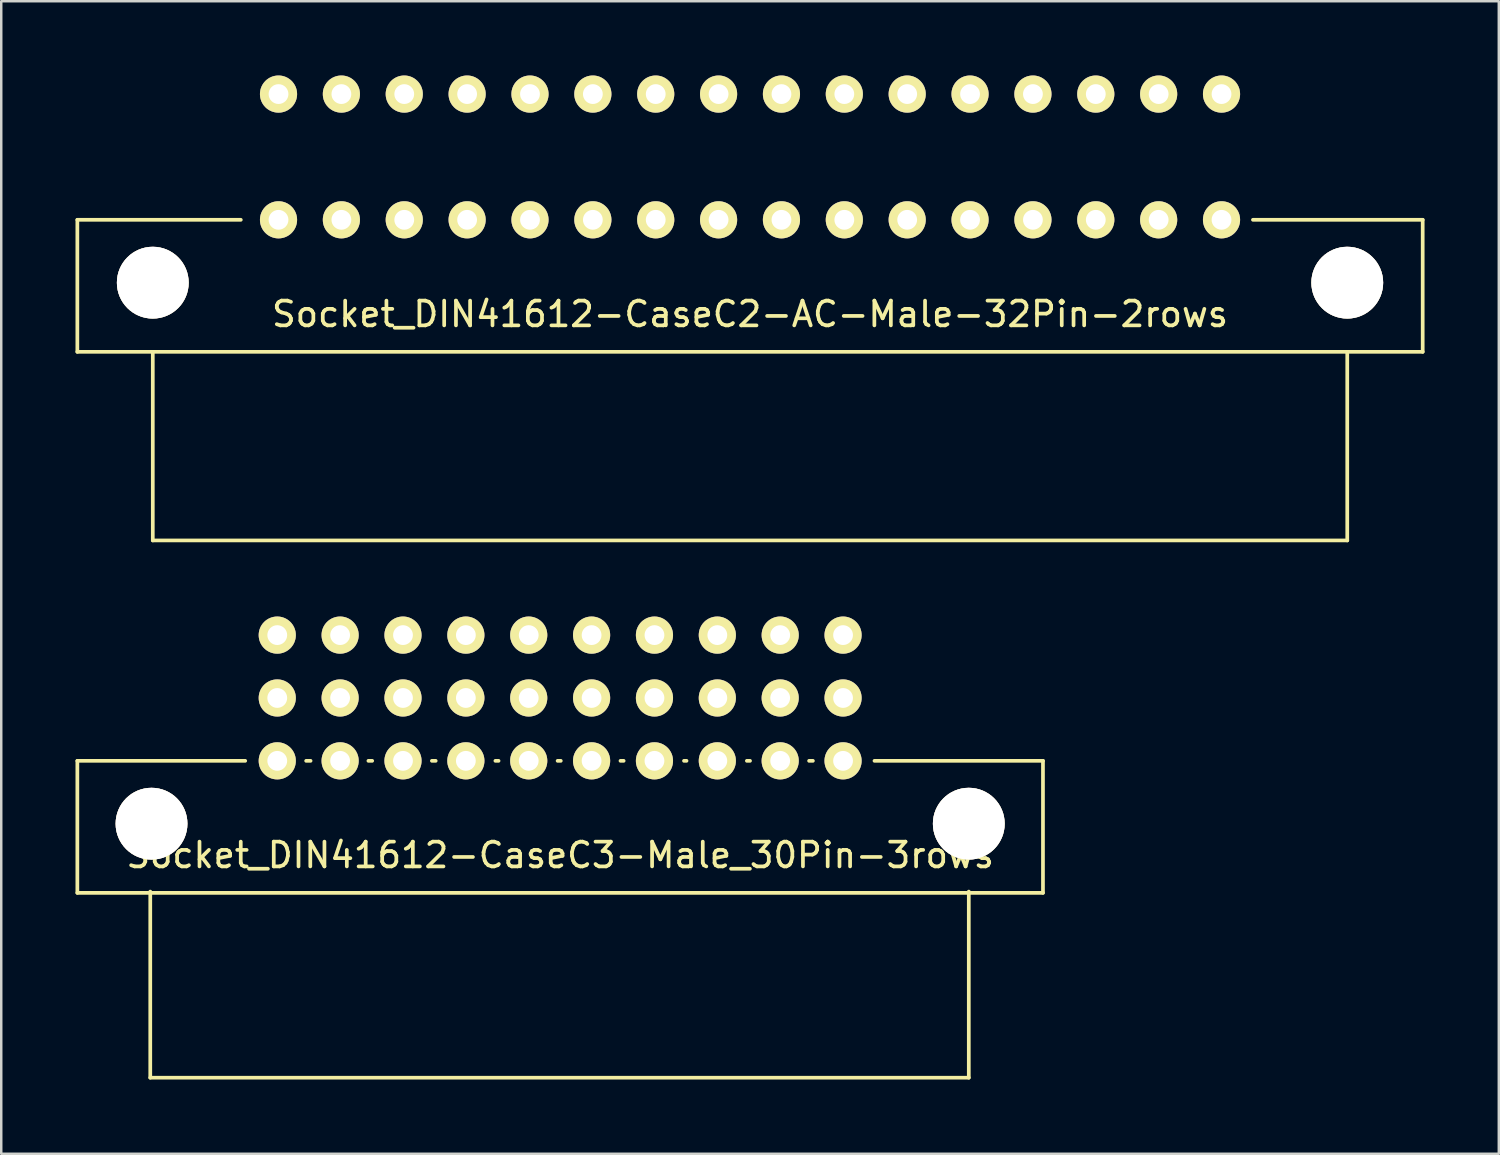
<source format=kicad_pcb>
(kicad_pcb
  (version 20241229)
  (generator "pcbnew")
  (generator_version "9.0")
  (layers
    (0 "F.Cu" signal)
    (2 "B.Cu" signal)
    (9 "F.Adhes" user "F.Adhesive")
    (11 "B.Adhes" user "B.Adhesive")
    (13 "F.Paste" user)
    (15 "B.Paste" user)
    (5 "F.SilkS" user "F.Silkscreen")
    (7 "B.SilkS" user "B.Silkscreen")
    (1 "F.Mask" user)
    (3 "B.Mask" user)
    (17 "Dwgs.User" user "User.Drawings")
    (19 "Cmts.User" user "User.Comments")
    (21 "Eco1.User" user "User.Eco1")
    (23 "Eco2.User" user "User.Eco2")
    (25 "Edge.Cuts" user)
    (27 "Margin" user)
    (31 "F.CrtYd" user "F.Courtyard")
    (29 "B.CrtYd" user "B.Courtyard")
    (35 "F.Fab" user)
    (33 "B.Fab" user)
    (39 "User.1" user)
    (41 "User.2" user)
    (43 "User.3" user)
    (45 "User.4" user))
  (footprint "Socket_DIN41612-CaseC3-Male_30Pin-3rows"
    (layer "F.Cu")
    (at 19.582 25.15)
    (property "Reference" "Socket_DIN41612-CaseC3-Male_30Pin-3rows" (at 0 6.35 0) (layer "F.SilkS") (effects (font (size 1 1) (thickness 0.15))))
    (attr through_hole)
    (fp_line (start -19.507 2.54) (end -12.725 2.54) (stroke (width 0.15) (type solid)) (layer "F.SilkS"))
    (fp_line (start -19.507 7.874) (end -19.507 2.54) (stroke (width 0.15) (type solid)) (layer "F.SilkS"))
    (fp_line (start -16.561 15.342) (end -16.561 7.823) (stroke (width 0.15) (type solid)) (layer "F.SilkS"))
    (fp_line (start -10.262 2.54) (end -10.084 2.54) (stroke (width 0.15) (type solid)) (layer "F.SilkS"))
    (fp_line (start -7.747 2.54) (end -7.595 2.54) (stroke (width 0.15) (type solid)) (layer "F.SilkS"))
    (fp_line (start -5.182 2.54) (end -5.029 2.54) (stroke (width 0.15) (type solid)) (layer "F.SilkS"))
    (fp_line (start -2.616 2.54) (end -2.489 2.54) (stroke (width 0.15) (type solid)) (layer "F.SilkS"))
    (fp_line (start -0.102 2.54) (end 0.025 2.54) (stroke (width 0.15) (type solid)) (layer "F.SilkS"))
    (fp_line (start 2.438 2.54) (end 2.565 2.54) (stroke (width 0.15) (type solid)) (layer "F.SilkS"))
    (fp_line (start 5.004 2.54) (end 5.105 2.54) (stroke (width 0.15) (type solid)) (layer "F.SilkS"))
    (fp_line (start 7.544 2.54) (end 7.671 2.54) (stroke (width 0.15) (type solid)) (layer "F.SilkS"))
    (fp_line (start 10.058 2.54) (end 10.211 2.54) (stroke (width 0.15) (type solid)) (layer "F.SilkS"))
    (fp_line (start 12.7 2.54) (end 19.507 2.54) (stroke (width 0.15) (type solid)) (layer "F.SilkS"))
    (fp_line (start 16.51 7.823) (end 16.51 15.342) (stroke (width 0.15) (type solid)) (layer "F.SilkS"))
    (fp_line (start 16.51 15.342) (end -16.561 15.342) (stroke (width 0.15) (type solid)) (layer "F.SilkS"))
    (fp_line (start 19.507 2.54) (end 19.507 7.874) (stroke (width 0.15) (type solid)) (layer "F.SilkS"))
    (fp_line (start 19.507 7.874) (end -19.507 7.874) (stroke (width 0.15) (type solid)) (layer "F.SilkS"))
    (pad "1" thru_hole circle (at -16.51 5.08) (size 2.901 2.901) (drill 2.901) (layers "*.Cu" "*.Mask" "F.SilkS"))
    (pad "1" thru_hole circle (at 16.51 5.08) (size 2.901 2.901) (drill 2.901) (layers "*.Cu" "*.Mask" "F.SilkS"))
    (pad "1a" thru_hole circle (at 11.43 -2.54 180) (size 1.501 1.501) (drill 0.8) (layers "*.Cu" "*.Mask" "F.SilkS"))
    (pad "1b" thru_hole circle (at 11.43 0 180) (size 1.501 1.501) (drill 0.8) (layers "*.Cu" "*.Mask" "F.SilkS"))
    (pad "1c" thru_hole circle (at 11.43 2.54 180) (size 1.501 1.501) (drill 0.8) (layers "*.Cu" "*.Mask" "F.SilkS"))
    (pad "2a" thru_hole circle (at 8.89 -2.54 180) (size 1.501 1.501) (drill 0.8) (layers "*.Cu" "*.Mask" "F.SilkS"))
    (pad "2b" thru_hole circle (at 8.89 0 180) (size 1.501 1.501) (drill 0.8) (layers "*.Cu" "*.Mask" "F.SilkS"))
    (pad "2c" thru_hole circle (at 8.89 2.54 180) (size 1.501 1.501) (drill 0.8) (layers "*.Cu" "*.Mask" "F.SilkS"))
    (pad "3a" thru_hole circle (at 6.35 -2.54 180) (size 1.501 1.501) (drill 0.8) (layers "*.Cu" "*.Mask" "F.SilkS"))
    (pad "3b" thru_hole circle (at 6.35 0 180) (size 1.501 1.501) (drill 0.8) (layers "*.Cu" "*.Mask" "F.SilkS"))
    (pad "3c" thru_hole circle (at 6.35 2.54 180) (size 1.501 1.501) (drill 0.8) (layers "*.Cu" "*.Mask" "F.SilkS"))
    (pad "4a" thru_hole circle (at 3.81 -2.54 180) (size 1.501 1.501) (drill 0.8) (layers "*.Cu" "*.Mask" "F.SilkS"))
    (pad "4b" thru_hole circle (at 3.81 0 180) (size 1.501 1.501) (drill 0.8) (layers "*.Cu" "*.Mask" "F.SilkS"))
    (pad "4c" thru_hole circle (at 3.81 2.54 180) (size 1.501 1.501) (drill 0.8) (layers "*.Cu" "*.Mask" "F.SilkS"))
    (pad "5a" thru_hole circle (at 1.27 -2.54 180) (size 1.501 1.501) (drill 0.8) (layers "*.Cu" "*.Mask" "F.SilkS"))
    (pad "5b" thru_hole circle (at 1.27 0 180) (size 1.501 1.501) (drill 0.8) (layers "*.Cu" "*.Mask" "F.SilkS"))
    (pad "5c" thru_hole circle (at 1.27 2.54 180) (size 1.501 1.501) (drill 0.8) (layers "*.Cu" "*.Mask" "F.SilkS"))
    (pad "6a" thru_hole circle (at -1.27 -2.54 180) (size 1.501 1.501) (drill 0.8) (layers "*.Cu" "*.Mask" "F.SilkS"))
    (pad "6b" thru_hole circle (at -1.27 0 180) (size 1.501 1.501) (drill 0.8) (layers "*.Cu" "*.Mask" "F.SilkS"))
    (pad "6c" thru_hole circle (at -1.27 2.54 180) (size 1.501 1.501) (drill 0.8) (layers "*.Cu" "*.Mask" "F.SilkS"))
    (pad "7a" thru_hole circle (at -3.81 -2.54 180) (size 1.501 1.501) (drill 0.8) (layers "*.Cu" "*.Mask" "F.SilkS"))
    (pad "7b" thru_hole circle (at -3.81 0 180) (size 1.501 1.501) (drill 0.8) (layers "*.Cu" "*.Mask" "F.SilkS"))
    (pad "7c" thru_hole circle (at -3.81 2.54 180) (size 1.501 1.501) (drill 0.8) (layers "*.Cu" "*.Mask" "F.SilkS"))
    (pad "8a" thru_hole circle (at -6.35 -2.54 180) (size 1.501 1.501) (drill 0.8) (layers "*.Cu" "*.Mask" "F.SilkS"))
    (pad "8b" thru_hole circle (at -6.35 0 180) (size 1.501 1.501) (drill 0.8) (layers "*.Cu" "*.Mask" "F.SilkS"))
    (pad "8c" thru_hole circle (at -6.35 2.54 180) (size 1.501 1.501) (drill 0.8) (layers "*.Cu" "*.Mask" "F.SilkS"))
    (pad "9a" thru_hole circle (at -8.89 -2.54 180) (size 1.501 1.501) (drill 0.8) (layers "*.Cu" "*.Mask" "F.SilkS"))
    (pad "9b" thru_hole circle (at -8.89 0 180) (size 1.501 1.501) (drill 0.8) (layers "*.Cu" "*.Mask" "F.SilkS"))
    (pad "9c" thru_hole circle (at -8.89 2.54 180) (size 1.501 1.501) (drill 0.8) (layers "*.Cu" "*.Mask" "F.SilkS"))
    (pad "10a" thru_hole circle (at -11.43 -2.54 180) (size 1.501 1.501) (drill 0.8) (layers "*.Cu" "*.Mask" "F.SilkS"))
    (pad "10b" thru_hole circle (at -11.43 0 180) (size 1.501 1.501) (drill 0.8) (layers "*.Cu" "*.Mask" "F.SilkS"))
    (pad "10c" thru_hole circle (at -11.43 2.54 180) (size 1.501 1.501) (drill 0.8) (layers "*.Cu" "*.Mask" "F.SilkS")))
  (footprint "Socket_DIN41612-CaseC2-AC-Male-32Pin-2rows"
    (layer "F.Cu")
    (at 27.253 3.291)
    (property "Reference" "Socket_DIN41612-CaseC2-AC-Male-32Pin-2rows" (at 0 6.35 0) (layer "F.SilkS") (effects (font (size 1 1) (thickness 0.15))))
    (attr through_hole)
    (fp_line (start -27.178 2.54) (end -20.574 2.54) (stroke (width 0.15) (type solid)) (layer "F.SilkS"))
    (fp_line (start -27.178 7.874) (end -27.178 2.54) (stroke (width 0.15) (type solid)) (layer "F.SilkS"))
    (fp_line (start -24.13 15.494) (end -24.13 7.874) (stroke (width 0.15) (type solid)) (layer "F.SilkS"))
    (fp_line (start 24.13 7.874) (end 24.13 15.494) (stroke (width 0.15) (type solid)) (layer "F.SilkS"))
    (fp_line (start 24.13 15.494) (end -24.13 15.494) (stroke (width 0.15) (type solid)) (layer "F.SilkS"))
    (fp_line (start 27.178 2.54) (end 20.32 2.54) (stroke (width 0.15) (type solid)) (layer "F.SilkS"))
    (fp_line (start 27.178 2.54) (end 27.178 7.874) (stroke (width 0.15) (type solid)) (layer "F.SilkS"))
    (fp_line (start 27.178 7.874) (end -27.178 7.874) (stroke (width 0.15) (type solid)) (layer "F.SilkS"))
    (pad "1" thru_hole circle (at -24.13 5.08) (size 2.901 2.901) (drill 2.901) (layers "*.Cu" "*.Mask" "F.SilkS"))
    (pad "1" thru_hole circle (at 24.13 5.08) (size 2.901 2.901) (drill 2.901) (layers "*.Cu" "*.Mask" "F.SilkS"))
    (pad "1a" thru_hole circle (at 19.05 -2.54 180) (size 1.501 1.501) (drill 0.8) (layers "*.Cu" "*.Mask" "F.SilkS"))
    (pad "1c" thru_hole circle (at 19.05 2.54 180) (size 1.501 1.501) (drill 0.8) (layers "*.Cu" "*.Mask" "F.SilkS"))
    (pad "2a" thru_hole circle (at 16.51 -2.54 180) (size 1.501 1.501) (drill 0.8) (layers "*.Cu" "*.Mask" "F.SilkS"))
    (pad "2c" thru_hole circle (at 16.51 2.54 180) (size 1.501 1.501) (drill 0.8) (layers "*.Cu" "*.Mask" "F.SilkS"))
    (pad "3a" thru_hole circle (at 13.97 -2.54 180) (size 1.501 1.501) (drill 0.8) (layers "*.Cu" "*.Mask" "F.SilkS"))
    (pad "3c" thru_hole circle (at 13.97 2.54 180) (size 1.501 1.501) (drill 0.8) (layers "*.Cu" "*.Mask" "F.SilkS"))
    (pad "4a" thru_hole circle (at 11.43 -2.54 180) (size 1.501 1.501) (drill 0.8) (layers "*.Cu" "*.Mask" "F.SilkS"))
    (pad "4c" thru_hole circle (at 11.43 2.54 180) (size 1.501 1.501) (drill 0.8) (layers "*.Cu" "*.Mask" "F.SilkS"))
    (pad "5a" thru_hole circle (at 8.89 -2.54 180) (size 1.501 1.501) (drill 0.8) (layers "*.Cu" "*.Mask" "F.SilkS"))
    (pad "5c" thru_hole circle (at 8.89 2.54 180) (size 1.501 1.501) (drill 0.8) (layers "*.Cu" "*.Mask" "F.SilkS"))
    (pad "6a" thru_hole circle (at 6.35 -2.54 180) (size 1.501 1.501) (drill 0.8) (layers "*.Cu" "*.Mask" "F.SilkS"))
    (pad "6c" thru_hole circle (at 6.35 2.54 180) (size 1.501 1.501) (drill 0.8) (layers "*.Cu" "*.Mask" "F.SilkS"))
    (pad "7a" thru_hole circle (at 3.81 -2.54 180) (size 1.501 1.501) (drill 0.8) (layers "*.Cu" "*.Mask" "F.SilkS"))
    (pad "7c" thru_hole circle (at 3.81 2.54 180) (size 1.501 1.501) (drill 0.8) (layers "*.Cu" "*.Mask" "F.SilkS"))
    (pad "8a" thru_hole circle (at 1.27 -2.54 180) (size 1.501 1.501) (drill 0.8) (layers "*.Cu" "*.Mask" "F.SilkS"))
    (pad "8c" thru_hole circle (at 1.27 2.54 180) (size 1.501 1.501) (drill 0.8) (layers "*.Cu" "*.Mask" "F.SilkS"))
    (pad "9a" thru_hole circle (at -1.27 -2.54 180) (size 1.501 1.501) (drill 0.8) (layers "*.Cu" "*.Mask" "F.SilkS"))
    (pad "9c" thru_hole circle (at -1.27 2.54 180) (size 1.501 1.501) (drill 0.8) (layers "*.Cu" "*.Mask" "F.SilkS"))
    (pad "10a" thru_hole circle (at -3.81 -2.54 180) (size 1.501 1.501) (drill 0.8) (layers "*.Cu" "*.Mask" "F.SilkS"))
    (pad "10c" thru_hole circle (at -3.81 2.54 180) (size 1.501 1.501) (drill 0.8) (layers "*.Cu" "*.Mask" "F.SilkS"))
    (pad "11a" thru_hole circle (at -6.35 -2.54 180) (size 1.501 1.501) (drill 0.8) (layers "*.Cu" "*.Mask" "F.SilkS"))
    (pad "11c" thru_hole circle (at -6.35 2.54 180) (size 1.501 1.501) (drill 0.8) (layers "*.Cu" "*.Mask" "F.SilkS"))
    (pad "12a" thru_hole circle (at -8.89 -2.54 180) (size 1.501 1.501) (drill 0.8) (layers "*.Cu" "*.Mask" "F.SilkS"))
    (pad "12c" thru_hole circle (at -8.89 2.54 180) (size 1.501 1.501) (drill 0.8) (layers "*.Cu" "*.Mask" "F.SilkS"))
    (pad "13a" thru_hole circle (at -11.43 -2.54 180) (size 1.501 1.501) (drill 0.8) (layers "*.Cu" "*.Mask" "F.SilkS"))
    (pad "13c" thru_hole circle (at -11.43 2.54 180) (size 1.501 1.501) (drill 0.8) (layers "*.Cu" "*.Mask" "F.SilkS"))
    (pad "14a" thru_hole circle (at -13.97 -2.54 180) (size 1.501 1.501) (drill 0.8) (layers "*.Cu" "*.Mask" "F.SilkS"))
    (pad "14c" thru_hole circle (at -13.97 2.54 180) (size 1.501 1.501) (drill 0.8) (layers "*.Cu" "*.Mask" "F.SilkS"))
    (pad "15a" thru_hole circle (at -16.51 -2.54 180) (size 1.501 1.501) (drill 0.8) (layers "*.Cu" "*.Mask" "F.SilkS"))
    (pad "15c" thru_hole circle (at -16.51 2.54 180) (size 1.501 1.501) (drill 0.8) (layers "*.Cu" "*.Mask" "F.SilkS"))
    (pad "16a" thru_hole circle (at -19.05 -2.54 180) (size 1.501 1.501) (drill 0.8) (layers "*.Cu" "*.Mask" "F.SilkS"))
    (pad "16c" thru_hole circle (at -19.05 2.54 180) (size 1.501 1.501) (drill 0.8) (layers "*.Cu" "*.Mask" "F.SilkS")))
  (gr_rect
    (start -3 -3)
    (end 57.506 43.567)
    (stroke (width 0.1) (type default))
    (fill no)
    (layer "Edge.Cuts")))
</source>
